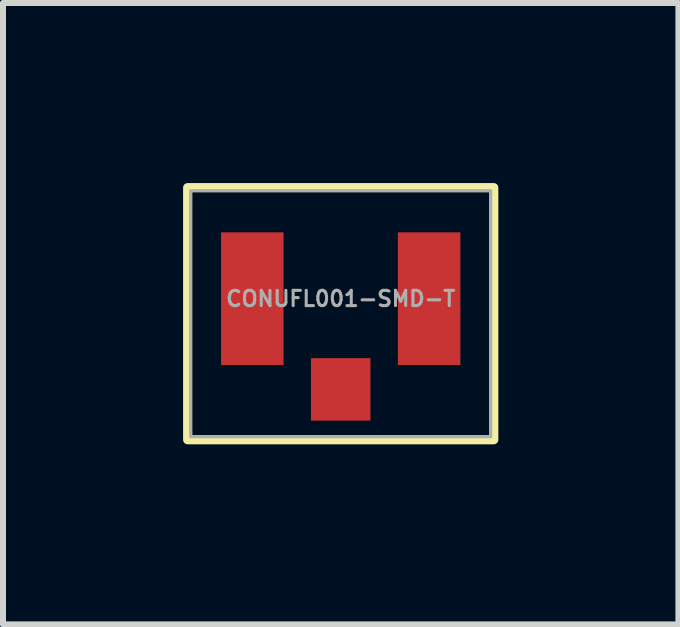
<source format=kicad_pcb>
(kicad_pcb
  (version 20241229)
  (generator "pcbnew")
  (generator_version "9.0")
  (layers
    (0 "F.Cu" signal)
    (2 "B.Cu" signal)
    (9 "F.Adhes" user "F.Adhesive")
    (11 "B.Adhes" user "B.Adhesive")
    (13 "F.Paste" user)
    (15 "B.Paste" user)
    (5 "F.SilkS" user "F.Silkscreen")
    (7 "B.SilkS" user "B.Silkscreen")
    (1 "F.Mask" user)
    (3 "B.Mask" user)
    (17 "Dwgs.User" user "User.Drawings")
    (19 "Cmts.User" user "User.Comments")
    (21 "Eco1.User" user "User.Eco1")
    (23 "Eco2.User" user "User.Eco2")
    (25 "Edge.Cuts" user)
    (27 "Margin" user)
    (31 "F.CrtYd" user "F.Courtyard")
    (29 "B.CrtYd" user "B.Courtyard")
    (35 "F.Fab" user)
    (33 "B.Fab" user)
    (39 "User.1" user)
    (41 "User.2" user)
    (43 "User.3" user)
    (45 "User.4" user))
  (footprint "CONUFL001-SMD-T"
    (layer "F.Cu")
    (at 2.626 1.926)
    (property "Reference" "CONUFL001-SMD-T" (at 0 0 0) (layer "F.Fab") (effects (font (size 0.254 0.254) (thickness 0.051))))
    (attr smd)
    (fp_rect (start -2.55 -1.85) (end 2.55 2.35) (stroke (width 0.152) (type solid)) (fill no) (layer "F.SilkS"))
    (fp_rect (start 2.5 -1.8) (end -2.5 2.3) (stroke (width 0.051) (type solid)) (fill no) (layer "F.Fab"))
    (pad "1" smd rect (at 0 1.511) (size 0.991 1.041) (layers "F.Cu" "F.Mask" "F.Paste"))
    (pad "2" smd rect (at -1.473 0) (size 1.041 2.21) (layers "F.Cu" "F.Mask" "F.Paste"))
    (pad "2" smd rect (at 1.473 0) (size 1.041 2.21) (layers "F.Cu" "F.Mask" "F.Paste")))
  (gr_rect
    (start -3 -3)
    (end 8.252 7.352)
    (stroke (width 0.1) (type default))
    (fill no)
    (layer "Edge.Cuts")))
</source>
